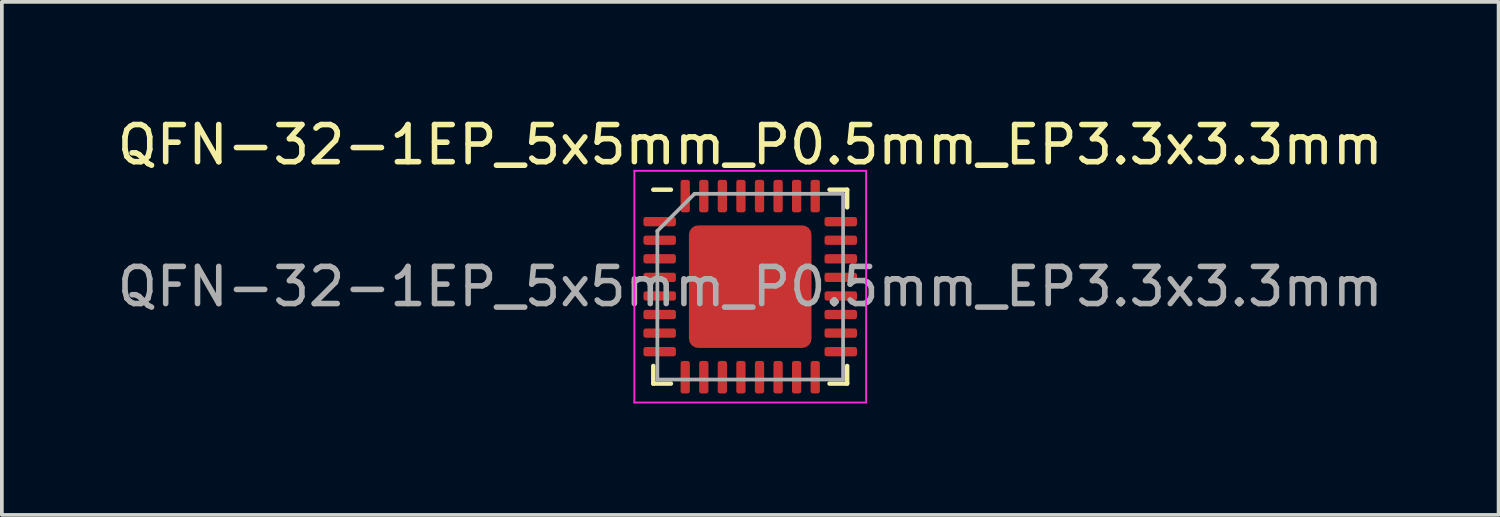
<source format=kicad_pcb>
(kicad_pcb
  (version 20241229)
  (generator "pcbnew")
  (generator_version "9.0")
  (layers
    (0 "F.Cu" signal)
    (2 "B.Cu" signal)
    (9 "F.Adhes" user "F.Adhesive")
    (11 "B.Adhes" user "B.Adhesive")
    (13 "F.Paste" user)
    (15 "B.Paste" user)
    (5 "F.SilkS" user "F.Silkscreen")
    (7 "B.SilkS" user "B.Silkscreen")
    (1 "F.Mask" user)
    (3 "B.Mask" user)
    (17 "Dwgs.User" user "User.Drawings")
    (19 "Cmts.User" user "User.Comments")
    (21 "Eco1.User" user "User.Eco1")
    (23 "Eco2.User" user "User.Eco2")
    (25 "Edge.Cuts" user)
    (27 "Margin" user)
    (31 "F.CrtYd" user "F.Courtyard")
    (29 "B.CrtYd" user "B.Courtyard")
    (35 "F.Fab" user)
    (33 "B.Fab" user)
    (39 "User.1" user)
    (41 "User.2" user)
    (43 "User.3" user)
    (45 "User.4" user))
  (footprint "QFN-32-1EP_5x5mm_P0.5mm_EP3.3x3.3mm"
    (layer "F.Cu")
    (at 17.149 4.668)
    (property "Reference" "QFN-32-1EP_5x5mm_P0.5mm_EP3.3x3.3mm" (at 0 -3.82 0) (layer "F.SilkS") (effects (font (size 1 1) (thickness 0.15))))
    (attr smd)
    (fp_line (start -2.61 2.61) (end -2.61 2.135) (stroke (width 0.12) (type solid)) (layer "F.SilkS"))
    (fp_line (start -2.135 -2.61) (end -2.61 -2.61) (stroke (width 0.12) (type solid)) (layer "F.SilkS"))
    (fp_line (start -2.135 2.61) (end -2.61 2.61) (stroke (width 0.12) (type solid)) (layer "F.SilkS"))
    (fp_line (start 2.135 -2.61) (end 2.61 -2.61) (stroke (width 0.12) (type solid)) (layer "F.SilkS"))
    (fp_line (start 2.135 2.61) (end 2.61 2.61) (stroke (width 0.12) (type solid)) (layer "F.SilkS"))
    (fp_line (start 2.61 -2.61) (end 2.61 -2.135) (stroke (width 0.12) (type solid)) (layer "F.SilkS"))
    (fp_line (start 2.61 2.61) (end 2.61 2.135) (stroke (width 0.12) (type solid)) (layer "F.SilkS"))
    (fp_line (start -3.12 -3.12) (end -3.12 3.12) (stroke (width 0.05) (type solid)) (layer "F.CrtYd"))
    (fp_line (start -3.12 3.12) (end 3.12 3.12) (stroke (width 0.05) (type solid)) (layer "F.CrtYd"))
    (fp_line (start 3.12 -3.12) (end -3.12 -3.12) (stroke (width 0.05) (type solid)) (layer "F.CrtYd"))
    (fp_line (start 3.12 3.12) (end 3.12 -3.12) (stroke (width 0.05) (type solid)) (layer "F.CrtYd"))
    (fp_line (start -2.5 -1.5) (end -1.5 -2.5) (stroke (width 0.1) (type solid)) (layer "F.Fab"))
    (fp_line (start -2.5 2.5) (end -2.5 -1.5) (stroke (width 0.1) (type solid)) (layer "F.Fab"))
    (fp_line (start -1.5 -2.5) (end 2.5 -2.5) (stroke (width 0.1) (type solid)) (layer "F.Fab"))
    (fp_line (start 2.5 -2.5) (end 2.5 2.5) (stroke (width 0.1) (type solid)) (layer "F.Fab"))
    (fp_line (start 2.5 2.5) (end -2.5 2.5) (stroke (width 0.1) (type solid)) (layer "F.Fab"))
    (fp_text user "${REFERENCE}" (at 0 0 0) (layer "F.Fab") (effects (font (size 1 1) (thickness 0.15))))
    (pad "" smd roundrect (at -1.1 -1.1) (size 0.89 0.89) (layers "F.Paste") (roundrect_rratio 0.25))
    (pad "" smd roundrect (at -1.1 0) (size 0.89 0.89) (layers "F.Paste") (roundrect_rratio 0.25))
    (pad "" smd roundrect (at -1.1 1.1) (size 0.89 0.89) (layers "F.Paste") (roundrect_rratio 0.25))
    (pad "" smd roundrect (at 0 -1.1) (size 0.89 0.89) (layers "F.Paste") (roundrect_rratio 0.25))
    (pad "" smd roundrect (at 0 0) (size 0.89 0.89) (layers "F.Paste") (roundrect_rratio 0.25))
    (pad "" smd roundrect (at 0 1.1) (size 0.89 0.89) (layers "F.Paste") (roundrect_rratio 0.25))
    (pad "" smd roundrect (at 1.1 -1.1) (size 0.89 0.89) (layers "F.Paste") (roundrect_rratio 0.25))
    (pad "" smd roundrect (at 1.1 0) (size 0.89 0.89) (layers "F.Paste") (roundrect_rratio 0.25))
    (pad "" smd roundrect (at 1.1 1.1) (size 0.89 0.89) (layers "F.Paste") (roundrect_rratio 0.25))
    (pad "1" smd roundrect (at -2.438 -1.75) (size 0.875 0.25) (layers "F.Cu" "F.Mask" "F.Paste") (roundrect_rratio 0.25))
    (pad "2" smd roundrect (at -2.438 -1.25) (size 0.875 0.25) (layers "F.Cu" "F.Mask" "F.Paste") (roundrect_rratio 0.25))
    (pad "3" smd roundrect (at -2.438 -0.75) (size 0.875 0.25) (layers "F.Cu" "F.Mask" "F.Paste") (roundrect_rratio 0.25))
    (pad "4" smd roundrect (at -2.438 -0.25) (size 0.875 0.25) (layers "F.Cu" "F.Mask" "F.Paste") (roundrect_rratio 0.25))
    (pad "5" smd roundrect (at -2.438 0.25) (size 0.875 0.25) (layers "F.Cu" "F.Mask" "F.Paste") (roundrect_rratio 0.25))
    (pad "6" smd roundrect (at -2.438 0.75) (size 0.875 0.25) (layers "F.Cu" "F.Mask" "F.Paste") (roundrect_rratio 0.25))
    (pad "7" smd roundrect (at -2.438 1.25) (size 0.875 0.25) (layers "F.Cu" "F.Mask" "F.Paste") (roundrect_rratio 0.25))
    (pad "8" smd roundrect (at -2.438 1.75) (size 0.875 0.25) (layers "F.Cu" "F.Mask" "F.Paste") (roundrect_rratio 0.25))
    (pad "9" smd roundrect (at -1.75 2.438) (size 0.25 0.875) (layers "F.Cu" "F.Mask" "F.Paste") (roundrect_rratio 0.25))
    (pad "10" smd roundrect (at -1.25 2.438) (size 0.25 0.875) (layers "F.Cu" "F.Mask" "F.Paste") (roundrect_rratio 0.25))
    (pad "11" smd roundrect (at -0.75 2.438) (size 0.25 0.875) (layers "F.Cu" "F.Mask" "F.Paste") (roundrect_rratio 0.25))
    (pad "12" smd roundrect (at -0.25 2.438) (size 0.25 0.875) (layers "F.Cu" "F.Mask" "F.Paste") (roundrect_rratio 0.25))
    (pad "13" smd roundrect (at 0.25 2.438) (size 0.25 0.875) (layers "F.Cu" "F.Mask" "F.Paste") (roundrect_rratio 0.25))
    (pad "14" smd roundrect (at 0.75 2.438) (size 0.25 0.875) (layers "F.Cu" "F.Mask" "F.Paste") (roundrect_rratio 0.25))
    (pad "15" smd roundrect (at 1.25 2.438) (size 0.25 0.875) (layers "F.Cu" "F.Mask" "F.Paste") (roundrect_rratio 0.25))
    (pad "16" smd roundrect (at 1.75 2.438) (size 0.25 0.875) (layers "F.Cu" "F.Mask" "F.Paste") (roundrect_rratio 0.25))
    (pad "17" smd roundrect (at 2.438 1.75) (size 0.875 0.25) (layers "F.Cu" "F.Mask" "F.Paste") (roundrect_rratio 0.25))
    (pad "18" smd roundrect (at 2.438 1.25) (size 0.875 0.25) (layers "F.Cu" "F.Mask" "F.Paste") (roundrect_rratio 0.25))
    (pad "19" smd roundrect (at 2.438 0.75) (size 0.875 0.25) (layers "F.Cu" "F.Mask" "F.Paste") (roundrect_rratio 0.25))
    (pad "20" smd roundrect (at 2.438 0.25) (size 0.875 0.25) (layers "F.Cu" "F.Mask" "F.Paste") (roundrect_rratio 0.25))
    (pad "21" smd roundrect (at 2.438 -0.25) (size 0.875 0.25) (layers "F.Cu" "F.Mask" "F.Paste") (roundrect_rratio 0.25))
    (pad "22" smd roundrect (at 2.438 -0.75) (size 0.875 0.25) (layers "F.Cu" "F.Mask" "F.Paste") (roundrect_rratio 0.25))
    (pad "23" smd roundrect (at 2.438 -1.25) (size 0.875 0.25) (layers "F.Cu" "F.Mask" "F.Paste") (roundrect_rratio 0.25))
    (pad "24" smd roundrect (at 2.438 -1.75) (size 0.875 0.25) (layers "F.Cu" "F.Mask" "F.Paste") (roundrect_rratio 0.25))
    (pad "25" smd roundrect (at 1.75 -2.438) (size 0.25 0.875) (layers "F.Cu" "F.Mask" "F.Paste") (roundrect_rratio 0.25))
    (pad "26" smd roundrect (at 1.25 -2.438) (size 0.25 0.875) (layers "F.Cu" "F.Mask" "F.Paste") (roundrect_rratio 0.25))
    (pad "27" smd roundrect (at 0.75 -2.438) (size 0.25 0.875) (layers "F.Cu" "F.Mask" "F.Paste") (roundrect_rratio 0.25))
    (pad "28" smd roundrect (at 0.25 -2.438) (size 0.25 0.875) (layers "F.Cu" "F.Mask" "F.Paste") (roundrect_rratio 0.25))
    (pad "29" smd roundrect (at -0.25 -2.438) (size 0.25 0.875) (layers "F.Cu" "F.Mask" "F.Paste") (roundrect_rratio 0.25))
    (pad "30" smd roundrect (at -0.75 -2.438) (size 0.25 0.875) (layers "F.Cu" "F.Mask" "F.Paste") (roundrect_rratio 0.25))
    (pad "31" smd roundrect (at -1.25 -2.438) (size 0.25 0.875) (layers "F.Cu" "F.Mask" "F.Paste") (roundrect_rratio 0.25))
    (pad "32" smd roundrect (at -1.75 -2.438) (size 0.25 0.875) (layers "F.Cu" "F.Mask" "F.Paste") (roundrect_rratio 0.25))
    (pad "33" smd roundrect (at 0 0) (size 3.3 3.3) (layers "F.Cu" "F.Mask") (roundrect_rratio 0.076)))
  (gr_rect
    (start -3 -3)
    (end 37.298 10.813)
    (stroke (width 0.1) (type default))
    (fill no)
    (layer "Edge.Cuts")))
</source>
